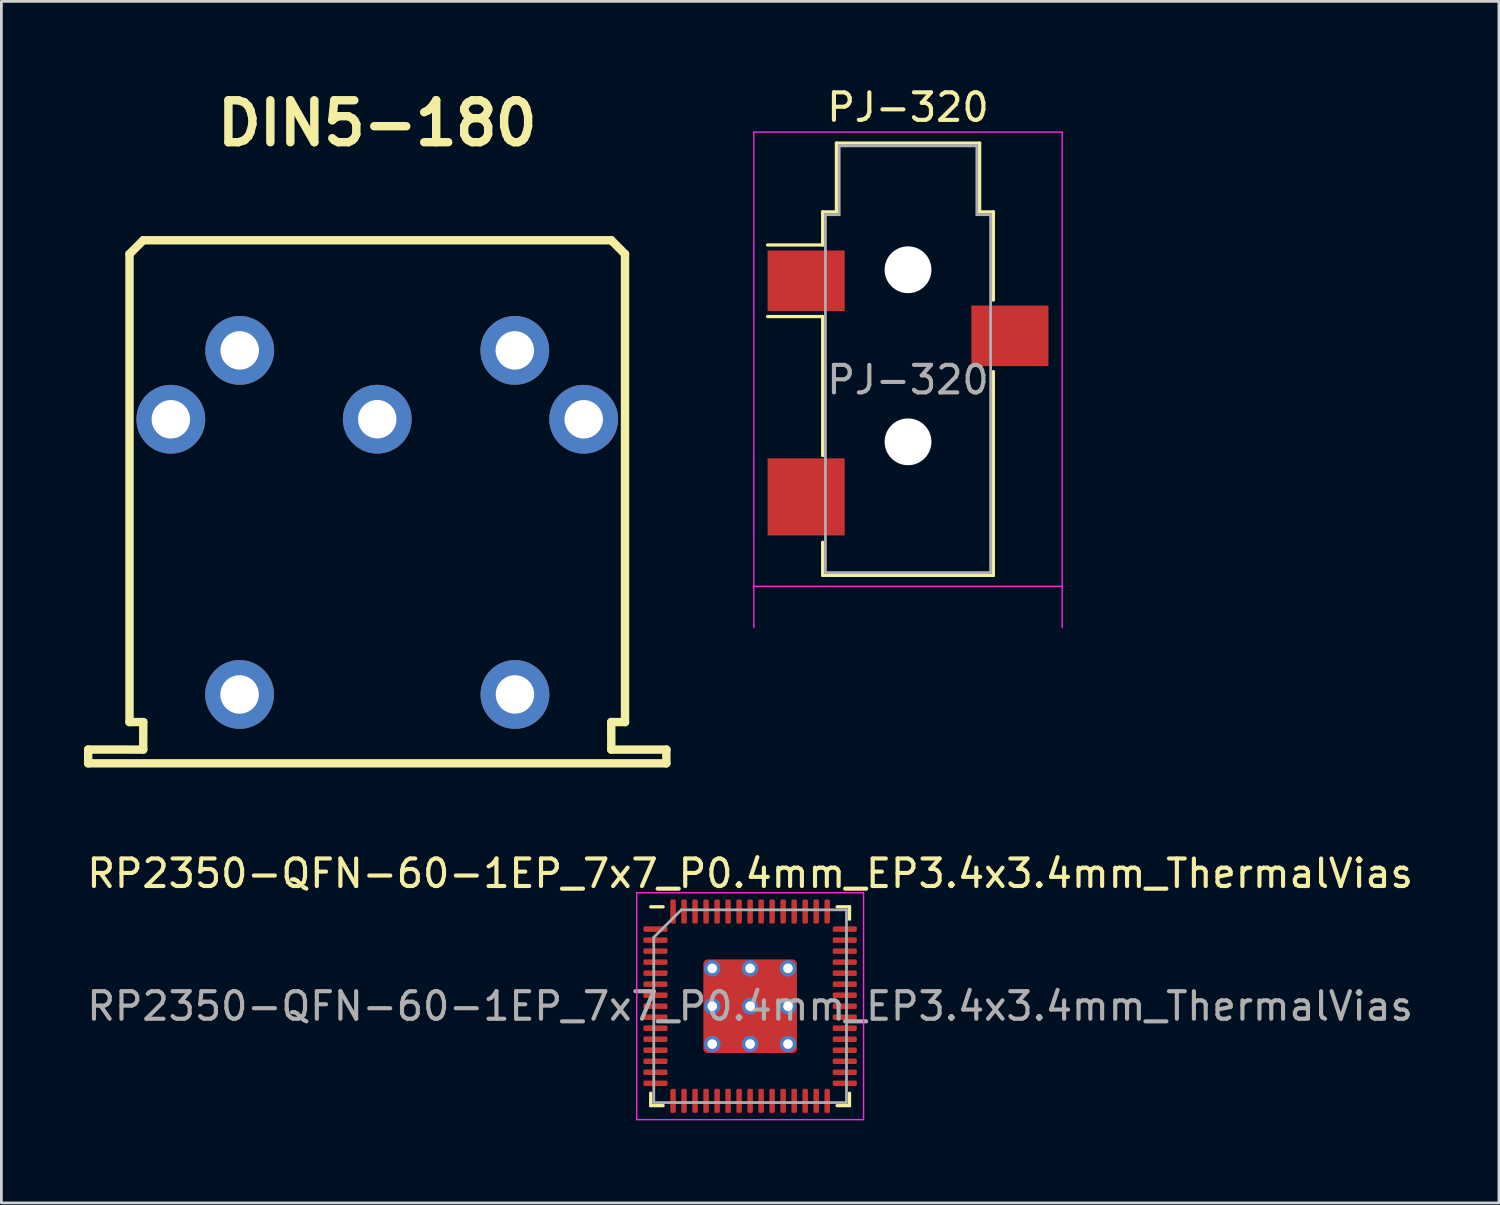
<source format=kicad_pcb>
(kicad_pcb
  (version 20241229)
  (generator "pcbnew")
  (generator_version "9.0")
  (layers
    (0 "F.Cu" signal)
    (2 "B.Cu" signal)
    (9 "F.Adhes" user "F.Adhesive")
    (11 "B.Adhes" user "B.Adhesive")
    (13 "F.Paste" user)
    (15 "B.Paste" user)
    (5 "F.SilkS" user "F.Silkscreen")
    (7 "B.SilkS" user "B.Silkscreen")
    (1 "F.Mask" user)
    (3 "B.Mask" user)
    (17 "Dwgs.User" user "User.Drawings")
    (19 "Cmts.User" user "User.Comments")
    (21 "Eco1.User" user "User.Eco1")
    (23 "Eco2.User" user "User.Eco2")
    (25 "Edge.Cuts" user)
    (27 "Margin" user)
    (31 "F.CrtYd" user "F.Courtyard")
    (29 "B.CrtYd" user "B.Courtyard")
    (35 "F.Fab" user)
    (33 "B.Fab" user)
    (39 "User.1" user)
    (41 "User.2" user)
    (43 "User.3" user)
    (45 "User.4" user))
  (footprint "PJ-320"
    (layer "F.Cu")
    (at 29.931 10.748)
    (property "Reference" "PJ-320" (at 0 -9.9 180) (layer "F.SilkS") (effects (font (size 1 1) (thickness 0.15))))
    (attr smd)
    (fp_line (start -3.1 -6.1) (end -2.6 -6.1) (stroke (width 0.12) (type solid)) (layer "F.SilkS"))
    (fp_line (start -3.1 -4.9) (end -5.1 -4.9) (stroke (width 0.12) (type solid)) (layer "F.SilkS"))
    (fp_line (start -3.1 -4.9) (end -3.1 -6.1) (stroke (width 0.12) (type solid)) (layer "F.SilkS"))
    (fp_line (start -3.1 -2.3) (end -5.1 -2.3) (stroke (width 0.12) (type solid)) (layer "F.SilkS"))
    (fp_line (start -3.1 2.75) (end -3.1 -2.3) (stroke (width 0.12) (type solid)) (layer "F.SilkS"))
    (fp_line (start -3.1 7.1) (end -3.1 5.9) (stroke (width 0.12) (type solid)) (layer "F.SilkS"))
    (fp_line (start -2.6 -8.6) (end 2.6 -8.6) (stroke (width 0.12) (type solid)) (layer "F.SilkS"))
    (fp_line (start -2.6 -6.1) (end -2.6 -8.6) (stroke (width 0.12) (type solid)) (layer "F.SilkS"))
    (fp_line (start 2.6 -8.6) (end 2.6 -6.1) (stroke (width 0.12) (type solid)) (layer "F.SilkS"))
    (fp_line (start 2.6 -6.1) (end 3.1 -6.1) (stroke (width 0.12) (type solid)) (layer "F.SilkS"))
    (fp_line (start 3.1 -6.1) (end 3.1 -2.9) (stroke (width 0.12) (type solid)) (layer "F.SilkS"))
    (fp_line (start 3.1 -0.3) (end 3.1 7.1) (stroke (width 0.12) (type solid)) (layer "F.SilkS"))
    (fp_line (start 3.1 7.1) (end -3.1 7.1) (stroke (width 0.12) (type solid)) (layer "F.SilkS"))
    (fp_line (start -5.6 -9) (end 5.6 -9) (stroke (width 0.05) (type solid)) (layer "F.CrtYd"))
    (fp_line (start -5.6 9) (end -5.6 -9) (stroke (width 0.05) (type solid)) (layer "F.CrtYd"))
    (fp_line (start 5.6 -9) (end 5.6 9) (stroke (width 0.05) (type solid)) (layer "F.CrtYd"))
    (fp_line (start 5.6 7.5) (end -5.6 7.5) (stroke (width 0.05) (type solid)) (layer "F.CrtYd"))
    (fp_line (start -3 -6) (end -2.5 -6) (stroke (width 0.1) (type solid)) (layer "F.Fab"))
    (fp_line (start -3 7) (end -3 -6) (stroke (width 0.1) (type solid)) (layer "F.Fab"))
    (fp_line (start -2.5 -8.5) (end 2.5 -8.5) (stroke (width 0.1) (type solid)) (layer "F.Fab"))
    (fp_line (start -2.5 -6) (end -2.5 -8.5) (stroke (width 0.1) (type solid)) (layer "F.Fab"))
    (fp_line (start 2.5 -8.5) (end 2.5 -6) (stroke (width 0.1) (type solid)) (layer "F.Fab"))
    (fp_line (start 2.5 -6) (end 3 -6) (stroke (width 0.1) (type solid)) (layer "F.Fab"))
    (fp_line (start 3 -6) (end 3 7) (stroke (width 0.1) (type solid)) (layer "F.Fab"))
    (fp_line (start 3 7) (end -3 7) (stroke (width 0.1) (type solid)) (layer "F.Fab"))
    (fp_text user "${REFERENCE}" (at 0 0 180) (layer "F.Fab") (effects (font (size 1 1) (thickness 0.15))))
    (pad "" np_thru_hole circle (at 0 -4) (size 1.7 1.7) (drill 1.7) (layers "*.Cu" "*.Mask"))
    (pad "" np_thru_hole circle (at 0 2.25) (size 1.7 1.7) (drill 1.7) (layers "*.Cu" "*.Mask"))
    (pad "R" smd rect (at 3.7 -1.6) (size 2.8 2.2) (layers "F.Cu" "F.Mask" "F.Paste"))
    (pad "S" smd rect (at -3.7 -3.6) (size 2.8 2.2) (layers "F.Cu" "F.Mask" "F.Paste"))
    (pad "T" smd rect (at -3.7 4.25) (size 2.8 2.8) (layers "F.Cu" "F.Mask" "F.Paste")))
  (footprint "DIN5-180"
    (layer "F.Cu")
    (at 10.653 15.176)
    (property "Reference" "DIN5-180" (at 0 -13.75 0) (layer "F.SilkS") (effects (font (size 1.524 1.524) (thickness 0.305))))
    (attr through_hole)
    (fp_line (start -10.5 8.999) (end -8.5 9) (stroke (width 0.305) (type solid)) (layer "F.SilkS"))
    (fp_line (start -10.5 9.5) (end -10.5 8.999) (stroke (width 0.305) (type solid)) (layer "F.SilkS"))
    (fp_line (start -8.999 -8.999) (end -8.999 8.001) (stroke (width 0.305) (type solid)) (layer "F.SilkS"))
    (fp_line (start -8.999 -8.999) (end -8.499 -9.5) (stroke (width 0.305) (type solid)) (layer "F.SilkS"))
    (fp_line (start -8.999 8.001) (end -8.499 8.001) (stroke (width 0.305) (type solid)) (layer "F.SilkS"))
    (fp_line (start -8.499 -9.5) (end 8.499 -9.5) (stroke (width 0.305) (type solid)) (layer "F.SilkS"))
    (fp_line (start -8.499 8.001) (end -8.5 9) (stroke (width 0.305) (type solid)) (layer "F.SilkS"))
    (fp_line (start 8.5 9) (end 8.499 8.001) (stroke (width 0.305) (type solid)) (layer "F.SilkS"))
    (fp_line (start 8.5 9) (end 10.501 9) (stroke (width 0.305) (type solid)) (layer "F.SilkS"))
    (fp_line (start 8.999 -8.999) (end 8.499 -9.5) (stroke (width 0.305) (type solid)) (layer "F.SilkS"))
    (fp_line (start 8.999 -8.999) (end 8.999 8.001) (stroke (width 0.305) (type solid)) (layer "F.SilkS"))
    (fp_line (start 8.999 8.001) (end 8.499 8.001) (stroke (width 0.305) (type solid)) (layer "F.SilkS"))
    (fp_line (start 10.5 9) (end 10.5 9.5) (stroke (width 0.305) (type solid)) (layer "F.SilkS"))
    (fp_line (start 10.5 9.5) (end -10.5 9.5) (stroke (width 0.305) (type solid)) (layer "F.SilkS"))
    (pad "" np_thru_hole circle (at -5.001 6.998) (size 2.499 2.499) (drill 1.397) (layers "*.Cu" "*.Mask"))
    (pad "" np_thru_hole circle (at 5.001 6.998) (size 2.499 2.499) (drill 1.397) (layers "*.Cu" "*.Mask"))
    (pad "1" thru_hole circle (at 7.498 -2.997) (size 2.499 2.499) (drill 1.397) (layers "*.Cu" "*.Mask"))
    (pad "2" thru_hole circle (at 0 -3) (size 2.499 2.499) (drill 1.397) (layers "*.Cu" "*.Mask"))
    (pad "3" thru_hole circle (at -7.498 -2.997) (size 2.499 2.499) (drill 1.397) (layers "*.Cu" "*.Mask"))
    (pad "4" thru_hole circle (at 4.996 -5.499) (size 2.499 2.499) (drill 1.397) (layers "*.Cu" "*.Mask"))
    (pad "5" thru_hole circle (at -4.996 -5.499) (size 2.499 2.499) (drill 1.397) (layers "*.Cu" "*.Mask")))
  (footprint "RP2350-QFN-60-1EP_7x7_P0.4mm_EP3.4x3.4mm_ThermalVias"
    (layer "F.Cu")
    (at 24.196 33.497)
    (property "Reference" "RP2350-QFN-60-1EP_7x7_P0.4mm_EP3.4x3.4mm_ThermalVias" (at 0 -4.82 0) (layer "F.SilkS") (effects (font (size 1 1) (thickness 0.15))))
    (attr smd)
    (fp_line (start -3.61 3.61) (end -3.61 3.16) (stroke (width 0.12) (type solid)) (layer "F.SilkS"))
    (fp_line (start -3.16 -3.61) (end -3.61 -3.61) (stroke (width 0.12) (type solid)) (layer "F.SilkS"))
    (fp_line (start -3.16 3.61) (end -3.61 3.61) (stroke (width 0.12) (type solid)) (layer "F.SilkS"))
    (fp_line (start 3.16 -3.61) (end 3.61 -3.61) (stroke (width 0.12) (type solid)) (layer "F.SilkS"))
    (fp_line (start 3.16 3.61) (end 3.61 3.61) (stroke (width 0.12) (type solid)) (layer "F.SilkS"))
    (fp_line (start 3.61 -3.61) (end 3.61 -3.16) (stroke (width 0.12) (type solid)) (layer "F.SilkS"))
    (fp_line (start 3.61 3.61) (end 3.61 3.16) (stroke (width 0.12) (type solid)) (layer "F.SilkS"))
    (fp_line (start -4.12 -4.12) (end -4.12 4.12) (stroke (width 0.05) (type solid)) (layer "F.CrtYd"))
    (fp_line (start -4.12 4.12) (end 4.12 4.12) (stroke (width 0.05) (type solid)) (layer "F.CrtYd"))
    (fp_line (start 4.12 -4.12) (end -4.12 -4.12) (stroke (width 0.05) (type solid)) (layer "F.CrtYd"))
    (fp_line (start 4.12 4.12) (end 4.12 -4.12) (stroke (width 0.05) (type solid)) (layer "F.CrtYd"))
    (fp_line (start -3.5 -2.5) (end -2.5 -3.5) (stroke (width 0.1) (type solid)) (layer "F.Fab"))
    (fp_line (start -3.5 3.5) (end -3.5 -2.5) (stroke (width 0.1) (type solid)) (layer "F.Fab"))
    (fp_line (start -2.5 -3.5) (end 3.5 -3.5) (stroke (width 0.1) (type solid)) (layer "F.Fab"))
    (fp_line (start 3.5 -3.5) (end 3.5 3.5) (stroke (width 0.1) (type solid)) (layer "F.Fab"))
    (fp_line (start 3.5 3.5) (end -3.5 3.5) (stroke (width 0.1) (type solid)) (layer "F.Fab"))
    (fp_text user "${REFERENCE}" (at 0 0 0) (layer "F.Fab") (effects (font (size 1 1) (thickness 0.15))))
    (pad "" smd roundrect (at -0.7 -0.7) (size 1.2 1.2) (layers "F.Paste") (roundrect_rratio 0.208))
    (pad "" smd roundrect (at -0.7 0.7) (size 1.2 1.2) (layers "F.Paste") (roundrect_rratio 0.208))
    (pad "" smd roundrect (at 0.7 -0.7) (size 1.2 1.2) (layers "F.Paste") (roundrect_rratio 0.208))
    (pad "" smd roundrect (at 0.7 0.7) (size 1.2 1.2) (layers "F.Paste") (roundrect_rratio 0.208))
    (pad "1" smd roundrect (at -3.438 -2.8) (size 0.875 0.2) (layers "F.Cu" "F.Mask" "F.Paste") (roundrect_rratio 0.25) (chamfer_ratio 0.25) (chamfer top_right))
    (pad "2" smd roundrect (at -3.438 -2.4) (size 0.875 0.2) (layers "F.Cu" "F.Mask" "F.Paste") (roundrect_rratio 0.25))
    (pad "3" smd roundrect (at -3.438 -2) (size 0.875 0.2) (layers "F.Cu" "F.Mask" "F.Paste") (roundrect_rratio 0.25))
    (pad "4" smd roundrect (at -3.438 -1.6) (size 0.875 0.2) (layers "F.Cu" "F.Mask" "F.Paste") (roundrect_rratio 0.25))
    (pad "5" smd roundrect (at -3.438 -1.2) (size 0.875 0.2) (layers "F.Cu" "F.Mask" "F.Paste") (roundrect_rratio 0.25))
    (pad "6" smd roundrect (at -3.438 -0.8) (size 0.875 0.2) (layers "F.Cu" "F.Mask" "F.Paste") (roundrect_rratio 0.25))
    (pad "7" smd roundrect (at -3.438 -0.4) (size 0.875 0.2) (layers "F.Cu" "F.Mask" "F.Paste") (roundrect_rratio 0.25))
    (pad "8" smd roundrect (at -3.438 0) (size 0.875 0.2) (layers "F.Cu" "F.Mask" "F.Paste") (roundrect_rratio 0.25))
    (pad "9" smd roundrect (at -3.438 0.4) (size 0.875 0.2) (layers "F.Cu" "F.Mask" "F.Paste") (roundrect_rratio 0.25))
    (pad "10" smd roundrect (at -3.438 0.8) (size 0.875 0.2) (layers "F.Cu" "F.Mask" "F.Paste") (roundrect_rratio 0.25))
    (pad "11" smd roundrect (at -3.438 1.2) (size 0.875 0.2) (layers "F.Cu" "F.Mask" "F.Paste") (roundrect_rratio 0.25))
    (pad "12" smd roundrect (at -3.438 1.6) (size 0.875 0.2) (layers "F.Cu" "F.Mask" "F.Paste") (roundrect_rratio 0.25))
    (pad "13" smd roundrect (at -3.438 2) (size 0.875 0.2) (layers "F.Cu" "F.Mask" "F.Paste") (roundrect_rratio 0.25))
    (pad "14" smd roundrect (at -3.438 2.4) (size 0.875 0.2) (layers "F.Cu" "F.Mask" "F.Paste") (roundrect_rratio 0.25))
    (pad "15" smd roundrect (at -3.438 2.8) (size 0.875 0.2) (layers "F.Cu" "F.Mask" "F.Paste") (roundrect_rratio 0.25) (chamfer_ratio 0.25) (chamfer bottom_right))
    (pad "16" smd roundrect (at -2.8 3.438) (size 0.2 0.875) (layers "F.Cu" "F.Mask" "F.Paste") (roundrect_rratio 0.25) (chamfer_ratio 0.25) (chamfer top_left))
    (pad "17" smd roundrect (at -2.4 3.438) (size 0.2 0.875) (layers "F.Cu" "F.Mask" "F.Paste") (roundrect_rratio 0.25))
    (pad "18" smd roundrect (at -2 3.438) (size 0.2 0.875) (layers "F.Cu" "F.Mask" "F.Paste") (roundrect_rratio 0.25))
    (pad "19" smd roundrect (at -1.6 3.438) (size 0.2 0.875) (layers "F.Cu" "F.Mask" "F.Paste") (roundrect_rratio 0.25))
    (pad "20" smd roundrect (at -1.2 3.438) (size 0.2 0.875) (layers "F.Cu" "F.Mask" "F.Paste") (roundrect_rratio 0.25))
    (pad "21" smd roundrect (at -0.8 3.438) (size 0.2 0.875) (layers "F.Cu" "F.Mask" "F.Paste") (roundrect_rratio 0.25))
    (pad "22" smd roundrect (at -0.4 3.438) (size 0.2 0.875) (layers "F.Cu" "F.Mask" "F.Paste") (roundrect_rratio 0.25))
    (pad "23" smd roundrect (at 0 3.438) (size 0.2 0.875) (layers "F.Cu" "F.Mask" "F.Paste") (roundrect_rratio 0.25))
    (pad "24" smd roundrect (at 0.4 3.438) (size 0.2 0.875) (layers "F.Cu" "F.Mask" "F.Paste") (roundrect_rratio 0.25))
    (pad "25" smd roundrect (at 0.8 3.438) (size 0.2 0.875) (layers "F.Cu" "F.Mask" "F.Paste") (roundrect_rratio 0.25))
    (pad "26" smd roundrect (at 1.2 3.438) (size 0.2 0.875) (layers "F.Cu" "F.Mask" "F.Paste") (roundrect_rratio 0.25))
    (pad "27" smd roundrect (at 1.6 3.438) (size 0.2 0.875) (layers "F.Cu" "F.Mask" "F.Paste") (roundrect_rratio 0.25))
    (pad "28" smd roundrect (at 2 3.438) (size 0.2 0.875) (layers "F.Cu" "F.Mask" "F.Paste") (roundrect_rratio 0.25))
    (pad "29" smd roundrect (at 2.4 3.438) (size 0.2 0.875) (layers "F.Cu" "F.Mask" "F.Paste") (roundrect_rratio 0.25))
    (pad "30" smd roundrect (at 2.8 3.438) (size 0.2 0.875) (layers "F.Cu" "F.Mask" "F.Paste") (roundrect_rratio 0.25) (chamfer_ratio 0.25) (chamfer top_right))
    (pad "31" smd roundrect (at 3.438 2.8) (size 0.875 0.2) (layers "F.Cu" "F.Mask" "F.Paste") (roundrect_rratio 0.25) (chamfer_ratio 0.25) (chamfer bottom_left))
    (pad "32" smd roundrect (at 3.438 2.4) (size 0.875 0.2) (layers "F.Cu" "F.Mask" "F.Paste") (roundrect_rratio 0.25))
    (pad "33" smd roundrect (at 3.438 2) (size 0.875 0.2) (layers "F.Cu" "F.Mask" "F.Paste") (roundrect_rratio 0.25))
    (pad "34" smd roundrect (at 3.438 1.6) (size 0.875 0.2) (layers "F.Cu" "F.Mask" "F.Paste") (roundrect_rratio 0.25))
    (pad "35" smd roundrect (at 3.438 1.2) (size 0.875 0.2) (layers "F.Cu" "F.Mask" "F.Paste") (roundrect_rratio 0.25))
    (pad "36" smd roundrect (at 3.438 0.8) (size 0.875 0.2) (layers "F.Cu" "F.Mask" "F.Paste") (roundrect_rratio 0.25))
    (pad "37" smd roundrect (at 3.438 0.4) (size 0.875 0.2) (layers "F.Cu" "F.Mask" "F.Paste") (roundrect_rratio 0.25))
    (pad "38" smd roundrect (at 3.438 0) (size 0.875 0.2) (layers "F.Cu" "F.Mask" "F.Paste") (roundrect_rratio 0.25))
    (pad "39" smd roundrect (at 3.438 -0.4) (size 0.875 0.2) (layers "F.Cu" "F.Mask" "F.Paste") (roundrect_rratio 0.25))
    (pad "40" smd roundrect (at 3.438 -0.8) (size 0.875 0.2) (layers "F.Cu" "F.Mask" "F.Paste") (roundrect_rratio 0.25))
    (pad "41" smd roundrect (at 3.438 -1.2) (size 0.875 0.2) (layers "F.Cu" "F.Mask" "F.Paste") (roundrect_rratio 0.25))
    (pad "42" smd roundrect (at 3.438 -1.6) (size 0.875 0.2) (layers "F.Cu" "F.Mask" "F.Paste") (roundrect_rratio 0.25))
    (pad "43" smd roundrect (at 3.438 -2) (size 0.875 0.2) (layers "F.Cu" "F.Mask" "F.Paste") (roundrect_rratio 0.25))
    (pad "44" smd roundrect (at 3.438 -2.4) (size 0.875 0.2) (layers "F.Cu" "F.Mask" "F.Paste") (roundrect_rratio 0.25))
    (pad "45" smd roundrect (at 3.438 -2.8) (size 0.875 0.2) (layers "F.Cu" "F.Mask" "F.Paste") (roundrect_rratio 0.25) (chamfer_ratio 0.25) (chamfer top_left))
    (pad "46" smd roundrect (at 2.8 -3.438) (size 0.2 0.875) (layers "F.Cu" "F.Mask" "F.Paste") (roundrect_rratio 0.25) (chamfer_ratio 0.25) (chamfer bottom_right))
    (pad "47" smd roundrect (at 2.4 -3.438) (size 0.2 0.875) (layers "F.Cu" "F.Mask" "F.Paste") (roundrect_rratio 0.25))
    (pad "48" smd roundrect (at 2 -3.438) (size 0.2 0.875) (layers "F.Cu" "F.Mask" "F.Paste") (roundrect_rratio 0.25))
    (pad "49" smd roundrect (at 1.6 -3.438) (size 0.2 0.875) (layers "F.Cu" "F.Mask" "F.Paste") (roundrect_rratio 0.25))
    (pad "50" smd roundrect (at 1.2 -3.438) (size 0.2 0.875) (layers "F.Cu" "F.Mask" "F.Paste") (roundrect_rratio 0.25))
    (pad "51" smd roundrect (at 0.8 -3.438) (size 0.2 0.875) (layers "F.Cu" "F.Mask" "F.Paste") (roundrect_rratio 0.25))
    (pad "52" smd roundrect (at 0.4 -3.438) (size 0.2 0.875) (layers "F.Cu" "F.Mask" "F.Paste") (roundrect_rratio 0.25))
    (pad "53" smd roundrect (at 0 -3.438) (size 0.2 0.875) (layers "F.Cu" "F.Mask" "F.Paste") (roundrect_rratio 0.25))
    (pad "54" smd roundrect (at -0.4 -3.438) (size 0.2 0.875) (layers "F.Cu" "F.Mask" "F.Paste") (roundrect_rratio 0.25))
    (pad "55" smd roundrect (at -0.8 -3.438) (size 0.2 0.875) (layers "F.Cu" "F.Mask" "F.Paste") (roundrect_rratio 0.25))
    (pad "56" smd roundrect (at -1.2 -3.438) (size 0.2 0.875) (layers "F.Cu" "F.Mask" "F.Paste") (roundrect_rratio 0.25))
    (pad "57" smd roundrect (at -1.6 -3.438) (size 0.2 0.875) (layers "F.Cu" "F.Mask" "F.Paste") (roundrect_rratio 0.25))
    (pad "58" smd roundrect (at -2 -3.438) (size 0.2 0.875) (layers "F.Cu" "F.Mask" "F.Paste") (roundrect_rratio 0.25))
    (pad "59" smd roundrect (at -2.4 -3.438) (size 0.2 0.875) (layers "F.Cu" "F.Mask" "F.Paste") (roundrect_rratio 0.25))
    (pad "60" smd roundrect (at -2.8 -3.438) (size 0.2 0.875) (layers "F.Cu" "F.Mask" "F.Paste") (roundrect_rratio 0.25) (chamfer_ratio 0.25) (chamfer bottom_left))
    (pad "61" thru_hole circle (at -1.375 -1.375) (size 0.6 0.6) (drill 0.35) (layers "*.Cu"))
    (pad "61" thru_hole circle (at -1.375 0) (size 0.6 0.6) (drill 0.35) (layers "*.Cu"))
    (pad "61" thru_hole circle (at -1.375 1.375) (size 0.6 0.6) (drill 0.35) (layers "*.Cu"))
    (pad "61" thru_hole circle (at 0 -1.375) (size 0.6 0.6) (drill 0.35) (layers "*.Cu"))
    (pad "61" thru_hole circle (at 0 0) (size 0.6 0.6) (drill 0.35) (layers "*.Cu"))
    (pad "61" smd roundrect (at 0 0 90) (size 3.4 3.4) (layers "F.Cu" "F.Mask") (roundrect_rratio 0.045))
    (pad "61" thru_hole circle (at 0 1.375) (size 0.6 0.6) (drill 0.35) (layers "*.Cu"))
    (pad "61" thru_hole circle (at 1.375 -1.375) (size 0.6 0.6) (drill 0.35) (layers "*.Cu"))
    (pad "61" thru_hole circle (at 1.375 0) (size 0.6 0.6) (drill 0.35) (layers "*.Cu"))
    (pad "61" thru_hole circle (at 1.375 1.375) (size 0.6 0.6) (drill 0.35) (layers "*.Cu")))
  (gr_rect
    (start -3 -3)
    (end 51.393 40.642)
    (stroke (width 0.1) (type default))
    (fill no)
    (layer "Edge.Cuts")))
</source>
